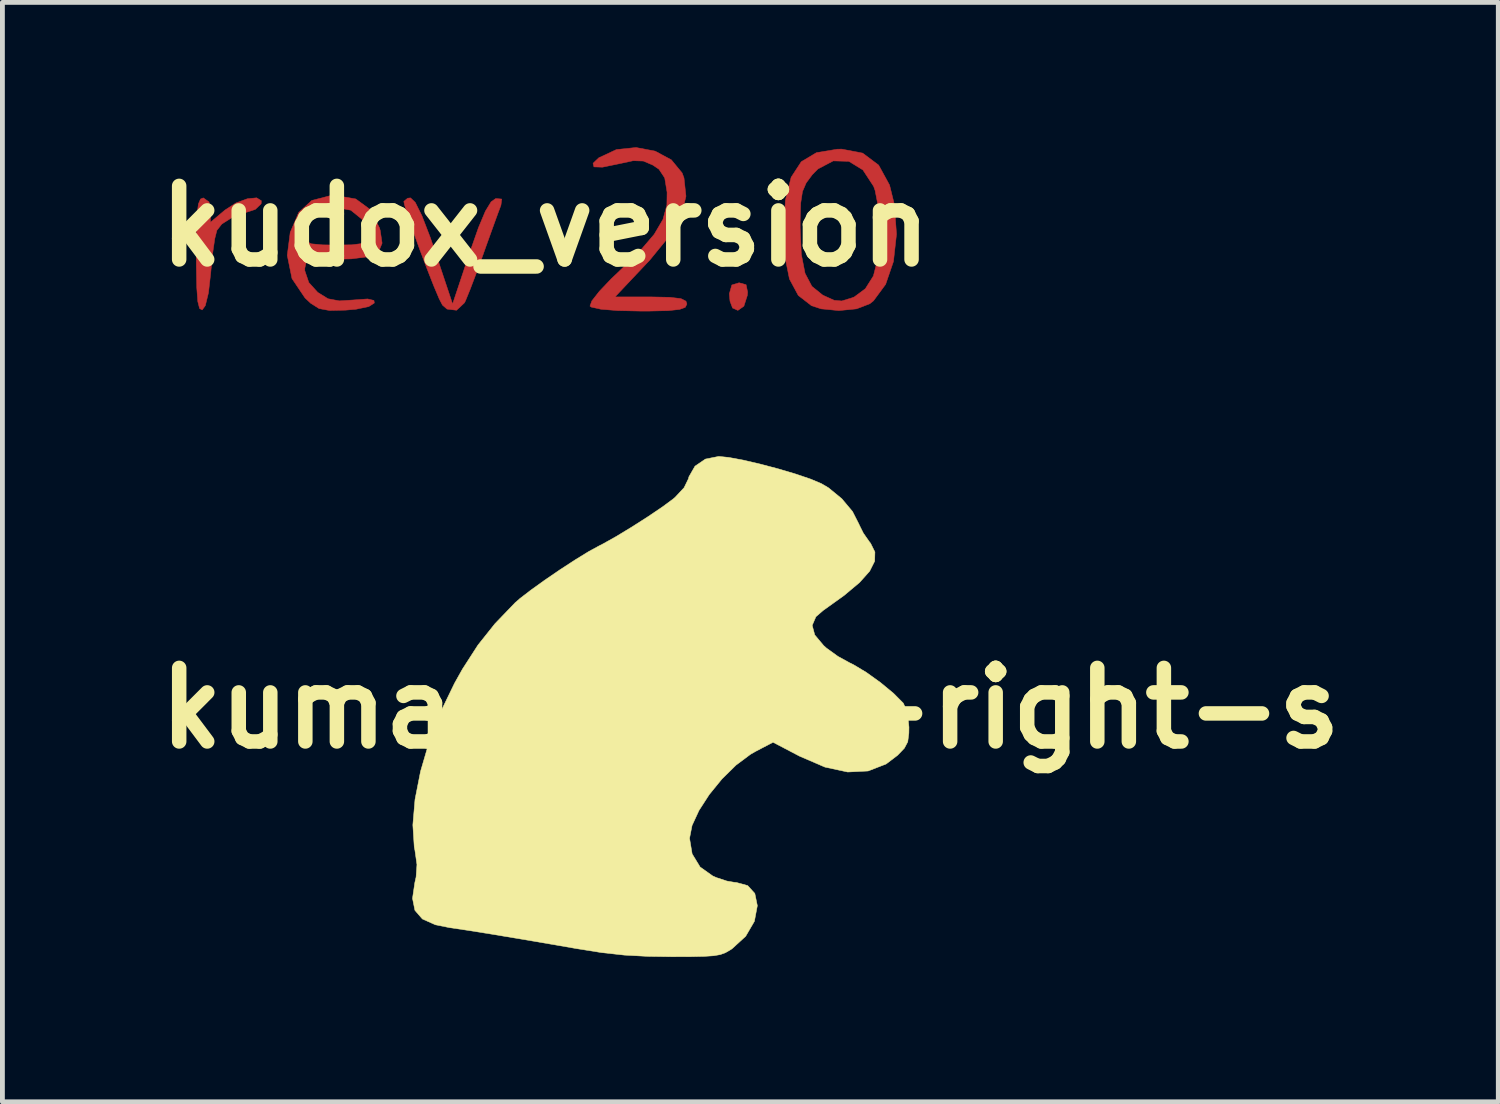
<source format=kicad_pcb>
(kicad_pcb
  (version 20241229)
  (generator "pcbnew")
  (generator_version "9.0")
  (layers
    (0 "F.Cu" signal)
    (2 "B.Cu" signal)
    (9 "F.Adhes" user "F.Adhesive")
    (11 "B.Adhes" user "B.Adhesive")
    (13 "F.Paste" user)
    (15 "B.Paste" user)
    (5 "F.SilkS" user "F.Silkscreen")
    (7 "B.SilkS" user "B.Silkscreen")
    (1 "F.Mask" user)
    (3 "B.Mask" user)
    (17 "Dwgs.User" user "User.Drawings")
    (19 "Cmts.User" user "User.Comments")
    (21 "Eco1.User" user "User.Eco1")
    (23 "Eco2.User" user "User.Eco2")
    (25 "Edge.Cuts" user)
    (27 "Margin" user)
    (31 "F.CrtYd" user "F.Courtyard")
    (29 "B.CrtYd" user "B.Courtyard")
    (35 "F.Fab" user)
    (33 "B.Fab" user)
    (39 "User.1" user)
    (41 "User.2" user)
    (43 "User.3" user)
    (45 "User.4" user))
  (footprint "kumao-icon-right-s"
    (layer "F.Cu")
    (at 12.49 11.616)
    (property "Reference" "kumao-icon-right-s" (at 0 0 0) (layer "F.SilkS") (effects (font (size 1.524 1.524) (thickness 0.3))))
    (attr through_hole)
    (fp_poly (pts (xy -0.931 -5.159) (xy -1.147 -5.012) (xy -1.273 -4.792) (xy -1.282 -4.753) (xy -1.373 -4.566) (xy -1.559 -4.367) (xy -1.595 -4.336) (xy -1.819 -4.17) (xy -2.118 -3.968) (xy -2.451 -3.755) (xy -2.775 -3.558) (xy -3.05 -3.404) (xy -3.132 -3.362) (xy -3.347 -3.245) (xy -3.627 -3.073) (xy -3.942 -2.868) (xy -4.258 -2.652) (xy -4.545 -2.446) (xy -4.77 -2.273) (xy -4.87 -2.186) (xy -5.29 -1.749) (xy -5.642 -1.307) (xy -5.963 -0.809) (xy -6.127 -0.516) (xy -6.415 0.079) (xy -6.651 0.694) (xy -6.83 1.306) (xy -6.945 1.889) (xy -6.99 2.419) (xy -6.961 2.873) (xy -6.947 2.944) (xy -6.905 3.239) (xy -6.923 3.497) (xy -6.949 3.613) (xy -6.997 3.939) (xy -6.947 4.187) (xy -6.792 4.366) (xy -6.523 4.486) (xy -6.224 4.546) (xy -5.856 4.6) (xy -5.368 4.678) (xy -4.757 4.78) (xy -4.019 4.906) (xy -3.606 4.978) (xy -3.08 5.062) (xy -2.607 5.114) (xy -2.122 5.14) (xy -1.633 5.147) (xy -1.243 5.146) (xy -0.961 5.14) (xy -0.762 5.127) (xy -0.623 5.103) (xy -0.517 5.064) (xy -0.42 5.008) (xy -0.38 4.982) (xy -0.097 4.723) (xy 0.083 4.414) (xy 0.144 4.09) (xy 0.092 3.837) (xy -0.056 3.674) (xy -0.293 3.609) (xy -0.323 3.608) (xy -0.487 3.58) (xy -0.699 3.51) (xy -0.778 3.476) (xy -1.041 3.289) (xy -1.206 3.018) (xy -1.26 2.694) (xy -1.208 2.429) (xy -1.065 2.119) (xy -0.852 1.789) (xy -0.589 1.466) (xy -0.297 1.179) (xy 0.003 0.955) (xy 0.102 0.898) (xy 0.469 0.706) (xy 1.019 0.994) (xy 1.543 1.22) (xy 2.015 1.322) (xy 2.438 1.301) (xy 2.811 1.156) (xy 3.048 0.976) (xy 3.189 0.829) (xy 3.259 0.696) (xy 3.282 0.518) (xy 3.284 0.393) (xy 3.253 0.085) (xy 3.167 -0.104) (xy 2.966 -0.306) (xy 2.694 -0.531) (xy 2.4 -0.742) (xy 2.131 -0.903) (xy 2.057 -0.939) (xy 1.813 -1.073) (xy 1.576 -1.244) (xy 1.517 -1.297) (xy 1.333 -1.517) (xy 1.28 -1.715) (xy 1.357 -1.894) (xy 1.503 -2.021) (xy 1.94 -2.334) (xy 2.261 -2.603) (xy 2.47 -2.837) (xy 2.574 -3.044) (xy 2.579 -3.234) (xy 2.49 -3.414) (xy 2.463 -3.448) (xy 2.339 -3.626) (xy 2.254 -3.797) (xy 2.249 -3.81) (xy 2.115 -4.073) (xy 1.893 -4.338) (xy 1.619 -4.563) (xy 1.472 -4.65) (xy 1.249 -4.744) (xy 0.94 -4.849) (xy 0.58 -4.956) (xy 0.205 -5.055) (xy -0.15 -5.138) (xy -0.449 -5.193) (xy -0.654 -5.214) (xy -0.931 -5.159)) (stroke (width 0.01) (type solid)) (fill yes) (layer "F.SilkS")))
  (footprint "kudox_version"
    (layer "F.Cu")
    (at 8.244 1.634)
    (property "Reference" "kudox_version" (at 0 0 0) (layer "F.SilkS") (effects (font (size 1.524 1.524) (thickness 0.3))))
    (attr smd)
    (fp_poly (pts (xy 4.157 1.212) (xy 4.189 1.366) (xy 4.183 1.433) (xy 4.111 1.657) (xy 3.987 1.744) (xy 3.877 1.695) (xy 3.824 1.554) (xy 3.81 1.4) (xy 3.862 1.218) (xy 4.012 1.172) (xy 4.157 1.212)) (stroke (width 0.01) (type solid)) (fill yes) (layer "F.Cu"))
    (fp_poly (pts (xy -5.882 -0.527) (xy -5.886 -0.464) (xy -6.006 -0.348) (xy -6.114 -0.312) (xy -6.439 -0.212) (xy -6.701 -0.044) (xy -6.803 0.087) (xy -6.846 0.258) (xy -6.89 0.561) (xy -6.927 0.934) (xy -6.93 0.969) (xy -6.977 1.38) (xy -7.042 1.645) (xy -7.107 1.734) (xy -7.161 1.705) (xy -7.198 1.559) (xy -7.219 1.274) (xy -7.228 0.826) (xy -7.229 0.594) (xy -7.226 0.087) (xy -7.212 -0.255) (xy -7.185 -0.461) (xy -7.141 -0.562) (xy -7.083 -0.586) (xy -6.965 -0.501) (xy -6.936 -0.333) (xy -6.936 -0.08) (xy -6.636 -0.333) (xy -6.407 -0.481) (xy -6.171 -0.568) (xy -5.979 -0.587) (xy -5.882 -0.527)) (stroke (width 0.01) (type solid)) (fill yes) (layer "F.Cu"))
    (fp_poly (pts (xy -2.694 -0.492) (xy -2.557 -0.217) (xy -2.385 0.23) (xy -2.288 0.513) (xy -1.921 1.612) (xy -1.563 0.537) (xy -1.384 0.028) (xy -1.241 -0.312) (xy -1.123 -0.505) (xy -1.028 -0.572) (xy -0.903 -0.562) (xy -0.92 -0.432) (xy -0.923 -0.425) (xy -0.987 -0.254) (xy -1.096 0.047) (xy -1.232 0.425) (xy -1.289 0.586) (xy -1.432 0.978) (xy -1.56 1.314) (xy -1.652 1.54) (xy -1.675 1.587) (xy -1.839 1.741) (xy -2.036 1.717) (xy -2.131 1.634) (xy -2.199 1.503) (xy -2.312 1.235) (xy -2.451 0.88) (xy -2.6 0.486) (xy -2.739 0.1) (xy -2.852 -0.228) (xy -2.919 -0.451) (xy -2.931 -0.513) (xy -2.852 -0.579) (xy -2.792 -0.586) (xy -2.694 -0.492)) (stroke (width 0.01) (type solid)) (fill yes) (layer "F.Cu"))
    (fp_poly (pts (xy 2.274 -1.554) (xy 2.609 -1.374) (xy 2.832 -1.103) (xy 2.871 -0.999) (xy 2.912 -0.62) (xy 2.817 -0.228) (xy 2.572 0.201) (xy 2.169 0.694) (xy 2.084 0.785) (xy 1.442 1.465) (xy 2.186 1.465) (xy 2.576 1.473) (xy 2.807 1.5) (xy 2.912 1.553) (xy 2.931 1.612) (xy 2.898 1.68) (xy 2.78 1.724) (xy 2.543 1.749) (xy 2.155 1.758) (xy 1.96 1.758) (xy 1.498 1.748) (xy 1.152 1.72) (xy 0.955 1.677) (xy 0.924 1.655) (xy 0.963 1.547) (xy 1.12 1.347) (xy 1.366 1.088) (xy 1.507 0.955) (xy 1.951 0.523) (xy 2.254 0.169) (xy 2.436 -0.141) (xy 2.517 -0.438) (xy 2.521 -0.702) (xy 2.472 -0.999) (xy 2.354 -1.178) (xy 2.228 -1.264) (xy 2.03 -1.349) (xy 1.82 -1.356) (xy 1.514 -1.29) (xy 1.507 -1.289) (xy 1.183 -1.222) (xy 1.006 -1.228) (xy 0.988 -1.303) (xy 1.108 -1.417) (xy 1.472 -1.587) (xy 1.878 -1.629) (xy 2.274 -1.554)) (stroke (width 0.01) (type solid)) (fill yes) (layer "F.Cu"))
    (fp_poly (pts (xy 6.571 -1.513) (xy 6.902 -1.265) (xy 7.128 -0.852) (xy 7.227 -0.453) (xy 7.272 0.166) (xy 7.209 0.731) (xy 7.047 1.204) (xy 6.795 1.546) (xy 6.718 1.607) (xy 6.444 1.712) (xy 6.078 1.748) (xy 5.711 1.712) (xy 5.512 1.647) (xy 5.238 1.434) (xy 5.055 1.094) (xy 4.957 0.608) (xy 4.934 0.098) (xy 4.938 0.032) (xy 5.277 0.032) (xy 5.301 0.583) (xy 5.378 0.977) (xy 5.52 1.246) (xy 5.738 1.423) (xy 5.766 1.438) (xy 5.98 1.535) (xy 6.138 1.549) (xy 6.35 1.484) (xy 6.397 1.466) (xy 6.627 1.295) (xy 6.794 1.03) (xy 6.892 0.647) (xy 6.93 0.167) (xy 6.91 -0.324) (xy 6.829 -0.739) (xy 6.798 -0.826) (xy 6.576 -1.165) (xy 6.285 -1.343) (xy 5.962 -1.352) (xy 5.646 -1.186) (xy 5.528 -1.067) (xy 5.401 -0.895) (xy 5.325 -0.718) (xy 5.288 -0.477) (xy 5.277 -0.117) (xy 5.277 0.032) (xy 4.938 0.032) (xy 4.972 -0.541) (xy 5.09 -1.013) (xy 5.3 -1.335) (xy 5.615 -1.523) (xy 6.045 -1.594) (xy 6.136 -1.596) (xy 6.571 -1.513)) (stroke (width 0.01) (type solid)) (fill yes) (layer "F.Cu"))
    (fp_poly (pts (xy -3.927 -0.564) (xy -3.628 -0.345) (xy -3.435 0.036) (xy -3.42 0.088) (xy -3.381 0.352) (xy -3.453 0.528) (xy -3.658 0.631) (xy -4.019 0.677) (xy -4.317 0.684) (xy -4.669 0.688) (xy -4.868 0.71) (xy -4.958 0.766) (xy -4.982 0.871) (xy -4.982 0.921) (xy -4.899 1.167) (xy -4.714 1.371) (xy -4.501 1.503) (xy -4.266 1.547) (xy -3.974 1.528) (xy -3.68 1.507) (xy -3.55 1.538) (xy -3.542 1.591) (xy -3.658 1.665) (xy -3.921 1.72) (xy -4.138 1.739) (xy -4.471 1.746) (xy -4.686 1.706) (xy -4.859 1.597) (xy -4.978 1.485) (xy -5.247 1.085) (xy -5.345 0.604) (xy -5.295 0.217) (xy -4.982 0.217) (xy -4.956 0.312) (xy -4.848 0.365) (xy -4.617 0.387) (xy -4.347 0.391) (xy -4.006 0.386) (xy -3.816 0.362) (xy -3.733 0.301) (xy -3.713 0.187) (xy -3.712 0.154) (xy -3.796 -0.142) (xy -4.029 -0.331) (xy -4.349 -0.391) (xy -4.669 -0.307) (xy -4.897 -0.088) (xy -4.982 0.217) (xy -5.295 0.217) (xy -5.284 0.129) (xy -5.108 -0.284) (xy -4.838 -0.532) (xy -4.454 -0.632) (xy -4.347 -0.635) (xy -3.927 -0.564)) (stroke (width 0.01) (type solid)) (fill yes) (layer "F.Cu"))
    (fp_poly (pts (xy 4.157 1.212) (xy 4.189 1.366) (xy 4.183 1.433) (xy 4.111 1.657) (xy 3.987 1.744) (xy 3.877 1.695) (xy 3.824 1.554) (xy 3.81 1.4) (xy 3.862 1.218) (xy 4.012 1.172) (xy 4.157 1.212)) (stroke (width 0.01) (type solid)) (fill yes) (layer "F.Mask"))
    (fp_poly (pts (xy -5.882 -0.527) (xy -5.886 -0.464) (xy -6.006 -0.348) (xy -6.114 -0.312) (xy -6.439 -0.212) (xy -6.701 -0.044) (xy -6.803 0.087) (xy -6.846 0.258) (xy -6.89 0.561) (xy -6.927 0.934) (xy -6.93 0.969) (xy -6.977 1.38) (xy -7.042 1.645) (xy -7.107 1.734) (xy -7.161 1.705) (xy -7.198 1.559) (xy -7.219 1.274) (xy -7.228 0.826) (xy -7.229 0.594) (xy -7.226 0.087) (xy -7.212 -0.255) (xy -7.185 -0.461) (xy -7.141 -0.562) (xy -7.083 -0.586) (xy -6.965 -0.501) (xy -6.936 -0.333) (xy -6.936 -0.08) (xy -6.636 -0.333) (xy -6.407 -0.481) (xy -6.171 -0.568) (xy -5.979 -0.587) (xy -5.882 -0.527)) (stroke (width 0.01) (type solid)) (fill yes) (layer "F.Mask"))
    (fp_poly (pts (xy -2.694 -0.492) (xy -2.557 -0.217) (xy -2.385 0.23) (xy -2.288 0.513) (xy -1.921 1.612) (xy -1.563 0.537) (xy -1.384 0.028) (xy -1.241 -0.312) (xy -1.123 -0.505) (xy -1.028 -0.572) (xy -0.903 -0.562) (xy -0.92 -0.432) (xy -0.923 -0.425) (xy -0.987 -0.254) (xy -1.096 0.047) (xy -1.232 0.425) (xy -1.289 0.586) (xy -1.432 0.978) (xy -1.56 1.314) (xy -1.652 1.54) (xy -1.675 1.587) (xy -1.839 1.741) (xy -2.036 1.717) (xy -2.131 1.634) (xy -2.199 1.503) (xy -2.312 1.235) (xy -2.451 0.88) (xy -2.6 0.486) (xy -2.739 0.1) (xy -2.852 -0.228) (xy -2.919 -0.451) (xy -2.931 -0.513) (xy -2.852 -0.579) (xy -2.792 -0.586) (xy -2.694 -0.492)) (stroke (width 0.01) (type solid)) (fill yes) (layer "F.Mask"))
    (fp_poly (pts (xy 2.274 -1.554) (xy 2.609 -1.374) (xy 2.832 -1.103) (xy 2.871 -0.999) (xy 2.912 -0.62) (xy 2.817 -0.228) (xy 2.572 0.201) (xy 2.169 0.694) (xy 2.084 0.785) (xy 1.442 1.465) (xy 2.186 1.465) (xy 2.576 1.473) (xy 2.807 1.5) (xy 2.912 1.553) (xy 2.931 1.612) (xy 2.898 1.68) (xy 2.78 1.724) (xy 2.543 1.749) (xy 2.155 1.758) (xy 1.96 1.758) (xy 1.498 1.748) (xy 1.152 1.72) (xy 0.955 1.677) (xy 0.924 1.655) (xy 0.963 1.547) (xy 1.12 1.347) (xy 1.366 1.088) (xy 1.507 0.955) (xy 1.951 0.523) (xy 2.254 0.169) (xy 2.436 -0.141) (xy 2.517 -0.438) (xy 2.521 -0.702) (xy 2.472 -0.999) (xy 2.354 -1.178) (xy 2.228 -1.264) (xy 2.03 -1.349) (xy 1.82 -1.356) (xy 1.514 -1.29) (xy 1.507 -1.289) (xy 1.183 -1.222) (xy 1.006 -1.228) (xy 0.988 -1.303) (xy 1.108 -1.417) (xy 1.472 -1.587) (xy 1.878 -1.629) (xy 2.274 -1.554)) (stroke (width 0.01) (type solid)) (fill yes) (layer "F.Mask"))
    (fp_poly (pts (xy 6.571 -1.513) (xy 6.902 -1.265) (xy 7.128 -0.852) (xy 7.227 -0.453) (xy 7.272 0.166) (xy 7.209 0.731) (xy 7.047 1.204) (xy 6.795 1.546) (xy 6.718 1.607) (xy 6.444 1.712) (xy 6.078 1.748) (xy 5.711 1.712) (xy 5.512 1.647) (xy 5.238 1.434) (xy 5.055 1.094) (xy 4.957 0.608) (xy 4.934 0.098) (xy 4.938 0.032) (xy 5.277 0.032) (xy 5.301 0.583) (xy 5.378 0.977) (xy 5.52 1.246) (xy 5.738 1.423) (xy 5.766 1.438) (xy 5.98 1.535) (xy 6.138 1.549) (xy 6.35 1.484) (xy 6.397 1.466) (xy 6.627 1.295) (xy 6.794 1.03) (xy 6.892 0.647) (xy 6.93 0.167) (xy 6.91 -0.324) (xy 6.829 -0.739) (xy 6.798 -0.826) (xy 6.576 -1.165) (xy 6.285 -1.343) (xy 5.962 -1.352) (xy 5.646 -1.186) (xy 5.528 -1.067) (xy 5.401 -0.895) (xy 5.325 -0.718) (xy 5.288 -0.477) (xy 5.277 -0.117) (xy 5.277 0.032) (xy 4.938 0.032) (xy 4.972 -0.541) (xy 5.09 -1.013) (xy 5.3 -1.335) (xy 5.615 -1.523) (xy 6.045 -1.594) (xy 6.136 -1.596) (xy 6.571 -1.513)) (stroke (width 0.01) (type solid)) (fill yes) (layer "F.Mask"))
    (fp_poly (pts (xy -3.927 -0.564) (xy -3.628 -0.345) (xy -3.435 0.036) (xy -3.42 0.088) (xy -3.381 0.352) (xy -3.453 0.528) (xy -3.658 0.631) (xy -4.019 0.677) (xy -4.317 0.684) (xy -4.669 0.688) (xy -4.868 0.71) (xy -4.958 0.766) (xy -4.982 0.871) (xy -4.982 0.921) (xy -4.899 1.167) (xy -4.714 1.371) (xy -4.501 1.503) (xy -4.266 1.547) (xy -3.974 1.528) (xy -3.68 1.507) (xy -3.55 1.538) (xy -3.542 1.591) (xy -3.658 1.665) (xy -3.921 1.72) (xy -4.138 1.739) (xy -4.471 1.746) (xy -4.686 1.706) (xy -4.859 1.597) (xy -4.978 1.485) (xy -5.247 1.085) (xy -5.345 0.604) (xy -5.295 0.217) (xy -4.982 0.217) (xy -4.956 0.312) (xy -4.848 0.365) (xy -4.617 0.387) (xy -4.347 0.391) (xy -4.006 0.386) (xy -3.816 0.362) (xy -3.733 0.301) (xy -3.713 0.187) (xy -3.712 0.154) (xy -3.796 -0.142) (xy -4.029 -0.331) (xy -4.349 -0.391) (xy -4.669 -0.307) (xy -4.897 -0.088) (xy -4.982 0.217) (xy -5.295 0.217) (xy -5.284 0.129) (xy -5.108 -0.284) (xy -4.838 -0.532) (xy -4.454 -0.632) (xy -4.347 -0.635) (xy -3.927 -0.564)) (stroke (width 0.01) (type solid)) (fill yes) (layer "F.Mask"))
    (fp_poly (pts (xy 4.157 1.212) (xy 4.189 1.366) (xy 4.183 1.433) (xy 4.111 1.657) (xy 3.987 1.744) (xy 3.877 1.695) (xy 3.824 1.554) (xy 3.81 1.4) (xy 3.862 1.218) (xy 4.012 1.172) (xy 4.157 1.212)) (stroke (width 0.01) (type solid)) (fill yes) (layer "F.Paste"))
    (fp_poly (pts (xy -5.882 -0.527) (xy -5.886 -0.464) (xy -6.006 -0.348) (xy -6.114 -0.312) (xy -6.439 -0.212) (xy -6.701 -0.044) (xy -6.803 0.087) (xy -6.846 0.258) (xy -6.89 0.561) (xy -6.927 0.934) (xy -6.93 0.969) (xy -6.977 1.38) (xy -7.042 1.645) (xy -7.107 1.734) (xy -7.161 1.705) (xy -7.198 1.559) (xy -7.219 1.274) (xy -7.228 0.826) (xy -7.229 0.594) (xy -7.226 0.087) (xy -7.212 -0.255) (xy -7.185 -0.461) (xy -7.141 -0.562) (xy -7.083 -0.586) (xy -6.965 -0.501) (xy -6.936 -0.333) (xy -6.936 -0.08) (xy -6.636 -0.333) (xy -6.407 -0.481) (xy -6.171 -0.568) (xy -5.979 -0.587) (xy -5.882 -0.527)) (stroke (width 0.01) (type solid)) (fill yes) (layer "F.Paste"))
    (fp_poly (pts (xy -2.694 -0.492) (xy -2.557 -0.217) (xy -2.385 0.23) (xy -2.288 0.513) (xy -1.921 1.612) (xy -1.563 0.537) (xy -1.384 0.028) (xy -1.241 -0.312) (xy -1.123 -0.505) (xy -1.028 -0.572) (xy -0.903 -0.562) (xy -0.92 -0.432) (xy -0.923 -0.425) (xy -0.987 -0.254) (xy -1.096 0.047) (xy -1.232 0.425) (xy -1.289 0.586) (xy -1.432 0.978) (xy -1.56 1.314) (xy -1.652 1.54) (xy -1.675 1.587) (xy -1.839 1.741) (xy -2.036 1.717) (xy -2.131 1.634) (xy -2.199 1.503) (xy -2.312 1.235) (xy -2.451 0.88) (xy -2.6 0.486) (xy -2.739 0.1) (xy -2.852 -0.228) (xy -2.919 -0.451) (xy -2.931 -0.513) (xy -2.852 -0.579) (xy -2.792 -0.586) (xy -2.694 -0.492)) (stroke (width 0.01) (type solid)) (fill yes) (layer "F.Paste"))
    (fp_poly (pts (xy 2.274 -1.554) (xy 2.609 -1.374) (xy 2.832 -1.103) (xy 2.871 -0.999) (xy 2.912 -0.62) (xy 2.817 -0.228) (xy 2.572 0.201) (xy 2.169 0.694) (xy 2.084 0.785) (xy 1.442 1.465) (xy 2.186 1.465) (xy 2.576 1.473) (xy 2.807 1.5) (xy 2.912 1.553) (xy 2.931 1.612) (xy 2.898 1.68) (xy 2.78 1.724) (xy 2.543 1.749) (xy 2.155 1.758) (xy 1.96 1.758) (xy 1.498 1.748) (xy 1.152 1.72) (xy 0.955 1.677) (xy 0.924 1.655) (xy 0.963 1.547) (xy 1.12 1.347) (xy 1.366 1.088) (xy 1.507 0.955) (xy 1.951 0.523) (xy 2.254 0.169) (xy 2.436 -0.141) (xy 2.517 -0.438) (xy 2.521 -0.702) (xy 2.472 -0.999) (xy 2.354 -1.178) (xy 2.228 -1.264) (xy 2.03 -1.349) (xy 1.82 -1.356) (xy 1.514 -1.29) (xy 1.507 -1.289) (xy 1.183 -1.222) (xy 1.006 -1.228) (xy 0.988 -1.303) (xy 1.108 -1.417) (xy 1.472 -1.587) (xy 1.878 -1.629) (xy 2.274 -1.554)) (stroke (width 0.01) (type solid)) (fill yes) (layer "F.Paste"))
    (fp_poly (pts (xy 6.571 -1.513) (xy 6.902 -1.265) (xy 7.128 -0.852) (xy 7.227 -0.453) (xy 7.272 0.166) (xy 7.209 0.731) (xy 7.047 1.204) (xy 6.795 1.546) (xy 6.718 1.607) (xy 6.444 1.712) (xy 6.078 1.748) (xy 5.711 1.712) (xy 5.512 1.647) (xy 5.238 1.434) (xy 5.055 1.094) (xy 4.957 0.608) (xy 4.934 0.098) (xy 4.938 0.032) (xy 5.277 0.032) (xy 5.301 0.583) (xy 5.378 0.977) (xy 5.52 1.246) (xy 5.738 1.423) (xy 5.766 1.438) (xy 5.98 1.535) (xy 6.138 1.549) (xy 6.35 1.484) (xy 6.397 1.466) (xy 6.627 1.295) (xy 6.794 1.03) (xy 6.892 0.647) (xy 6.93 0.167) (xy 6.91 -0.324) (xy 6.829 -0.739) (xy 6.798 -0.826) (xy 6.576 -1.165) (xy 6.285 -1.343) (xy 5.962 -1.352) (xy 5.646 -1.186) (xy 5.528 -1.067) (xy 5.401 -0.895) (xy 5.325 -0.718) (xy 5.288 -0.477) (xy 5.277 -0.117) (xy 5.277 0.032) (xy 4.938 0.032) (xy 4.972 -0.541) (xy 5.09 -1.013) (xy 5.3 -1.335) (xy 5.615 -1.523) (xy 6.045 -1.594) (xy 6.136 -1.596) (xy 6.571 -1.513)) (stroke (width 0.01) (type solid)) (fill yes) (layer "F.Paste"))
    (fp_poly (pts (xy -3.927 -0.564) (xy -3.628 -0.345) (xy -3.435 0.036) (xy -3.42 0.088) (xy -3.381 0.352) (xy -3.453 0.528) (xy -3.658 0.631) (xy -4.019 0.677) (xy -4.317 0.684) (xy -4.669 0.688) (xy -4.868 0.71) (xy -4.958 0.766) (xy -4.982 0.871) (xy -4.982 0.921) (xy -4.899 1.167) (xy -4.714 1.371) (xy -4.501 1.503) (xy -4.266 1.547) (xy -3.974 1.528) (xy -3.68 1.507) (xy -3.55 1.538) (xy -3.542 1.591) (xy -3.658 1.665) (xy -3.921 1.72) (xy -4.138 1.739) (xy -4.471 1.746) (xy -4.686 1.706) (xy -4.859 1.597) (xy -4.978 1.485) (xy -5.247 1.085) (xy -5.345 0.604) (xy -5.295 0.217) (xy -4.982 0.217) (xy -4.956 0.312) (xy -4.848 0.365) (xy -4.617 0.387) (xy -4.347 0.391) (xy -4.006 0.386) (xy -3.816 0.362) (xy -3.733 0.301) (xy -3.713 0.187) (xy -3.712 0.154) (xy -3.796 -0.142) (xy -4.029 -0.331) (xy -4.349 -0.391) (xy -4.669 -0.307) (xy -4.897 -0.088) (xy -4.982 0.217) (xy -5.295 0.217) (xy -5.284 0.129) (xy -5.108 -0.284) (xy -4.838 -0.532) (xy -4.454 -0.632) (xy -4.347 -0.635) (xy -3.927 -0.564)) (stroke (width 0.01) (type solid)) (fill yes) (layer "F.Paste")))
  (gr_rect
    (start -3 -3)
    (end 27.979 19.768)
    (stroke (width 0.1) (type default))
    (fill no)
    (layer "Edge.Cuts")))
</source>
